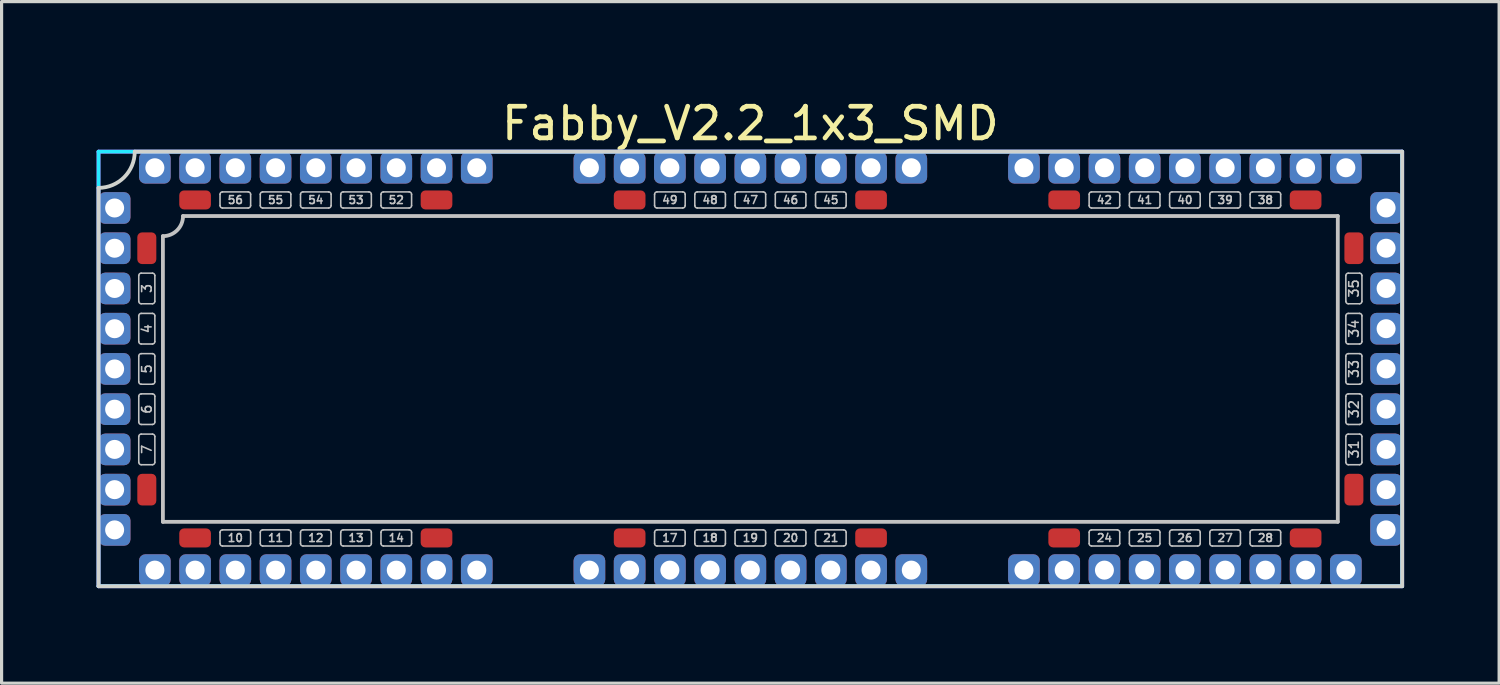
<source format=kicad_pcb>
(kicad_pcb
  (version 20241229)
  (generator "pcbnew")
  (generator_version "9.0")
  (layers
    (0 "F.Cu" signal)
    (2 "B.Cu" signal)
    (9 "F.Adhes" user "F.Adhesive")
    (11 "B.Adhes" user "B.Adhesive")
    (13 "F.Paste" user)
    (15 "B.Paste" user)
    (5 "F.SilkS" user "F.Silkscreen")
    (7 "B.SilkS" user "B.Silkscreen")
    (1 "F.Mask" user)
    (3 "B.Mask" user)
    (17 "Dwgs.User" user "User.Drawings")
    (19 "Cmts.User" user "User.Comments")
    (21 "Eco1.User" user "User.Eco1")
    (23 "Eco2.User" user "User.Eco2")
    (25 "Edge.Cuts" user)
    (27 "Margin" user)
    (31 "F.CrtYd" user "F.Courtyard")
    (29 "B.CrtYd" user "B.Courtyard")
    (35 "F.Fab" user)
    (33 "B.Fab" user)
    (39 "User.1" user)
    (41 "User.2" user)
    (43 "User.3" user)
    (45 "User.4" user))
  (footprint "Fabby_V2.2_1x3_SMD"
    (layer "F.Cu")
    (at 20.634 8.595)
    (property "Reference" "Fabby_V2.2_1x3_SMD" (at 0 -7.747 0) (layer "F.SilkS") (effects (font (size 1 1) (thickness 0.15))))
    (attr through_hole)
    (fp_line (start -19.304 -2.134) (end -19.304 -2.946) (stroke (width 0.05) (type solid)) (layer "Dwgs.User"))
    (fp_line (start -19.304 -0.864) (end -19.304 -1.676) (stroke (width 0.05) (type solid)) (layer "Dwgs.User"))
    (fp_line (start -19.304 0.406) (end -19.304 -0.406) (stroke (width 0.05) (type solid)) (layer "Dwgs.User"))
    (fp_line (start -19.304 1.676) (end -19.304 0.864) (stroke (width 0.05) (type solid)) (layer "Dwgs.User"))
    (fp_line (start -19.304 2.946) (end -19.304 2.134) (stroke (width 0.05) (type solid)) (layer "Dwgs.User"))
    (fp_line (start -19.228 -3.023) (end -18.872 -3.023) (stroke (width 0.05) (type solid)) (layer "Dwgs.User"))
    (fp_line (start -19.228 -2.057) (end -18.872 -2.057) (stroke (width 0.05) (type solid)) (layer "Dwgs.User"))
    (fp_line (start -19.228 -1.753) (end -18.872 -1.753) (stroke (width 0.05) (type solid)) (layer "Dwgs.User"))
    (fp_line (start -19.228 -0.787) (end -18.872 -0.787) (stroke (width 0.05) (type solid)) (layer "Dwgs.User"))
    (fp_line (start -19.228 -0.483) (end -18.872 -0.483) (stroke (width 0.05) (type solid)) (layer "Dwgs.User"))
    (fp_line (start -19.228 0.483) (end -18.872 0.483) (stroke (width 0.05) (type solid)) (layer "Dwgs.User"))
    (fp_line (start -19.228 0.787) (end -18.872 0.787) (stroke (width 0.05) (type solid)) (layer "Dwgs.User"))
    (fp_line (start -19.228 1.753) (end -18.872 1.753) (stroke (width 0.05) (type solid)) (layer "Dwgs.User"))
    (fp_line (start -19.228 2.057) (end -18.872 2.057) (stroke (width 0.05) (type solid)) (layer "Dwgs.User"))
    (fp_line (start -19.228 3.023) (end -18.872 3.023) (stroke (width 0.05) (type solid)) (layer "Dwgs.User"))
    (fp_line (start -18.796 -2.134) (end -18.796 -2.946) (stroke (width 0.05) (type solid)) (layer "Dwgs.User"))
    (fp_line (start -18.796 -0.864) (end -18.796 -1.676) (stroke (width 0.05) (type solid)) (layer "Dwgs.User"))
    (fp_line (start -18.796 0.406) (end -18.796 -0.406) (stroke (width 0.05) (type solid)) (layer "Dwgs.User"))
    (fp_line (start -18.796 1.676) (end -18.796 0.864) (stroke (width 0.05) (type solid)) (layer "Dwgs.User"))
    (fp_line (start -18.796 2.946) (end -18.796 2.134) (stroke (width 0.05) (type solid)) (layer "Dwgs.User"))
    (fp_line (start -18.542 4.826) (end -18.542 -4.191) (stroke (width 0.12) (type solid)) (layer "Dwgs.User"))
    (fp_line (start -17.907 -4.826) (end 18.542 -4.826) (stroke (width 0.12) (type solid)) (layer "Dwgs.User"))
    (fp_line (start -16.739 -5.156) (end -16.739 -5.512) (stroke (width 0.05) (type solid)) (layer "Dwgs.User"))
    (fp_line (start -16.739 5.512) (end -16.739 5.156) (stroke (width 0.05) (type solid)) (layer "Dwgs.User"))
    (fp_line (start -15.85 -5.588) (end -16.662 -5.588) (stroke (width 0.05) (type solid)) (layer "Dwgs.User"))
    (fp_line (start -15.85 -5.08) (end -16.662 -5.08) (stroke (width 0.05) (type solid)) (layer "Dwgs.User"))
    (fp_line (start -15.85 5.08) (end -16.662 5.08) (stroke (width 0.05) (type solid)) (layer "Dwgs.User"))
    (fp_line (start -15.85 5.588) (end -16.662 5.588) (stroke (width 0.05) (type solid)) (layer "Dwgs.User"))
    (fp_line (start -15.773 -5.156) (end -15.773 -5.512) (stroke (width 0.05) (type solid)) (layer "Dwgs.User"))
    (fp_line (start -15.773 5.512) (end -15.773 5.156) (stroke (width 0.05) (type solid)) (layer "Dwgs.User"))
    (fp_line (start -15.469 -5.156) (end -15.469 -5.512) (stroke (width 0.05) (type solid)) (layer "Dwgs.User"))
    (fp_line (start -15.469 5.512) (end -15.469 5.156) (stroke (width 0.05) (type solid)) (layer "Dwgs.User"))
    (fp_line (start -14.58 -5.588) (end -15.392 -5.588) (stroke (width 0.05) (type solid)) (layer "Dwgs.User"))
    (fp_line (start -14.58 -5.08) (end -15.392 -5.08) (stroke (width 0.05) (type solid)) (layer "Dwgs.User"))
    (fp_line (start -14.58 5.08) (end -15.392 5.08) (stroke (width 0.05) (type solid)) (layer "Dwgs.User"))
    (fp_line (start -14.58 5.588) (end -15.392 5.588) (stroke (width 0.05) (type solid)) (layer "Dwgs.User"))
    (fp_line (start -14.503 -5.156) (end -14.503 -5.512) (stroke (width 0.05) (type solid)) (layer "Dwgs.User"))
    (fp_line (start -14.503 5.512) (end -14.503 5.156) (stroke (width 0.05) (type solid)) (layer "Dwgs.User"))
    (fp_line (start -14.199 -5.156) (end -14.199 -5.512) (stroke (width 0.05) (type solid)) (layer "Dwgs.User"))
    (fp_line (start -14.199 5.512) (end -14.199 5.156) (stroke (width 0.05) (type solid)) (layer "Dwgs.User"))
    (fp_line (start -13.31 -5.588) (end -14.122 -5.588) (stroke (width 0.05) (type solid)) (layer "Dwgs.User"))
    (fp_line (start -13.31 -5.08) (end -14.122 -5.08) (stroke (width 0.05) (type solid)) (layer "Dwgs.User"))
    (fp_line (start -13.31 5.08) (end -14.122 5.08) (stroke (width 0.05) (type solid)) (layer "Dwgs.User"))
    (fp_line (start -13.31 5.588) (end -14.122 5.588) (stroke (width 0.05) (type solid)) (layer "Dwgs.User"))
    (fp_line (start -13.233 -5.156) (end -13.233 -5.512) (stroke (width 0.05) (type solid)) (layer "Dwgs.User"))
    (fp_line (start -13.233 5.512) (end -13.233 5.156) (stroke (width 0.05) (type solid)) (layer "Dwgs.User"))
    (fp_line (start -12.929 -5.156) (end -12.929 -5.512) (stroke (width 0.05) (type solid)) (layer "Dwgs.User"))
    (fp_line (start -12.929 5.512) (end -12.929 5.156) (stroke (width 0.05) (type solid)) (layer "Dwgs.User"))
    (fp_line (start -12.04 -5.588) (end -12.852 -5.588) (stroke (width 0.05) (type solid)) (layer "Dwgs.User"))
    (fp_line (start -12.04 -5.08) (end -12.852 -5.08) (stroke (width 0.05) (type solid)) (layer "Dwgs.User"))
    (fp_line (start -12.04 5.08) (end -12.852 5.08) (stroke (width 0.05) (type solid)) (layer "Dwgs.User"))
    (fp_line (start -12.04 5.588) (end -12.852 5.588) (stroke (width 0.05) (type solid)) (layer "Dwgs.User"))
    (fp_line (start -11.963 -5.156) (end -11.963 -5.512) (stroke (width 0.05) (type solid)) (layer "Dwgs.User"))
    (fp_line (start -11.963 5.512) (end -11.963 5.156) (stroke (width 0.05) (type solid)) (layer "Dwgs.User"))
    (fp_line (start -11.659 -5.156) (end -11.659 -5.512) (stroke (width 0.05) (type solid)) (layer "Dwgs.User"))
    (fp_line (start -11.659 5.512) (end -11.659 5.156) (stroke (width 0.05) (type solid)) (layer "Dwgs.User"))
    (fp_line (start -10.77 -5.588) (end -11.582 -5.588) (stroke (width 0.05) (type solid)) (layer "Dwgs.User"))
    (fp_line (start -10.77 -5.08) (end -11.582 -5.08) (stroke (width 0.05) (type solid)) (layer "Dwgs.User"))
    (fp_line (start -10.77 5.08) (end -11.582 5.08) (stroke (width 0.05) (type solid)) (layer "Dwgs.User"))
    (fp_line (start -10.77 5.588) (end -11.582 5.588) (stroke (width 0.05) (type solid)) (layer "Dwgs.User"))
    (fp_line (start -10.693 -5.156) (end -10.693 -5.512) (stroke (width 0.05) (type solid)) (layer "Dwgs.User"))
    (fp_line (start -10.693 5.512) (end -10.693 5.156) (stroke (width 0.05) (type solid)) (layer "Dwgs.User"))
    (fp_line (start -3.023 -5.156) (end -3.023 -5.512) (stroke (width 0.05) (type solid)) (layer "Dwgs.User"))
    (fp_line (start -3.023 5.512) (end -3.023 5.156) (stroke (width 0.05) (type solid)) (layer "Dwgs.User"))
    (fp_line (start -2.134 -5.588) (end -2.946 -5.588) (stroke (width 0.05) (type solid)) (layer "Dwgs.User"))
    (fp_line (start -2.134 -5.08) (end -2.946 -5.08) (stroke (width 0.05) (type solid)) (layer "Dwgs.User"))
    (fp_line (start -2.134 5.08) (end -2.946 5.08) (stroke (width 0.05) (type solid)) (layer "Dwgs.User"))
    (fp_line (start -2.134 5.588) (end -2.946 5.588) (stroke (width 0.05) (type solid)) (layer "Dwgs.User"))
    (fp_line (start -2.057 -5.156) (end -2.057 -5.512) (stroke (width 0.05) (type solid)) (layer "Dwgs.User"))
    (fp_line (start -2.057 5.512) (end -2.057 5.156) (stroke (width 0.05) (type solid)) (layer "Dwgs.User"))
    (fp_line (start -1.753 -5.156) (end -1.753 -5.512) (stroke (width 0.05) (type solid)) (layer "Dwgs.User"))
    (fp_line (start -1.753 5.512) (end -1.753 5.156) (stroke (width 0.05) (type solid)) (layer "Dwgs.User"))
    (fp_line (start -0.864 -5.588) (end -1.676 -5.588) (stroke (width 0.05) (type solid)) (layer "Dwgs.User"))
    (fp_line (start -0.864 -5.08) (end -1.676 -5.08) (stroke (width 0.05) (type solid)) (layer "Dwgs.User"))
    (fp_line (start -0.864 5.08) (end -1.676 5.08) (stroke (width 0.05) (type solid)) (layer "Dwgs.User"))
    (fp_line (start -0.864 5.588) (end -1.676 5.588) (stroke (width 0.05) (type solid)) (layer "Dwgs.User"))
    (fp_line (start -0.787 -5.156) (end -0.787 -5.512) (stroke (width 0.05) (type solid)) (layer "Dwgs.User"))
    (fp_line (start -0.787 5.512) (end -0.787 5.156) (stroke (width 0.05) (type solid)) (layer "Dwgs.User"))
    (fp_line (start -0.483 -5.156) (end -0.483 -5.512) (stroke (width 0.05) (type solid)) (layer "Dwgs.User"))
    (fp_line (start -0.483 5.512) (end -0.483 5.156) (stroke (width 0.05) (type solid)) (layer "Dwgs.User"))
    (fp_line (start 0.406 -5.588) (end -0.406 -5.588) (stroke (width 0.05) (type solid)) (layer "Dwgs.User"))
    (fp_line (start 0.406 -5.08) (end -0.406 -5.08) (stroke (width 0.05) (type solid)) (layer "Dwgs.User"))
    (fp_line (start 0.406 5.08) (end -0.406 5.08) (stroke (width 0.05) (type solid)) (layer "Dwgs.User"))
    (fp_line (start 0.406 5.588) (end -0.406 5.588) (stroke (width 0.05) (type solid)) (layer "Dwgs.User"))
    (fp_line (start 0.483 -5.156) (end 0.483 -5.512) (stroke (width 0.05) (type solid)) (layer "Dwgs.User"))
    (fp_line (start 0.483 5.512) (end 0.483 5.156) (stroke (width 0.05) (type solid)) (layer "Dwgs.User"))
    (fp_line (start 0.787 -5.156) (end 0.787 -5.512) (stroke (width 0.05) (type solid)) (layer "Dwgs.User"))
    (fp_line (start 0.787 5.512) (end 0.787 5.156) (stroke (width 0.05) (type solid)) (layer "Dwgs.User"))
    (fp_line (start 1.676 -5.588) (end 0.864 -5.588) (stroke (width 0.05) (type solid)) (layer "Dwgs.User"))
    (fp_line (start 1.676 -5.08) (end 0.864 -5.08) (stroke (width 0.05) (type solid)) (layer "Dwgs.User"))
    (fp_line (start 1.676 5.08) (end 0.864 5.08) (stroke (width 0.05) (type solid)) (layer "Dwgs.User"))
    (fp_line (start 1.676 5.588) (end 0.864 5.588) (stroke (width 0.05) (type solid)) (layer "Dwgs.User"))
    (fp_line (start 1.753 -5.156) (end 1.753 -5.512) (stroke (width 0.05) (type solid)) (layer "Dwgs.User"))
    (fp_line (start 1.753 5.512) (end 1.753 5.156) (stroke (width 0.05) (type solid)) (layer "Dwgs.User"))
    (fp_line (start 2.057 -5.156) (end 2.057 -5.512) (stroke (width 0.05) (type solid)) (layer "Dwgs.User"))
    (fp_line (start 2.057 5.512) (end 2.057 5.156) (stroke (width 0.05) (type solid)) (layer "Dwgs.User"))
    (fp_line (start 2.946 -5.588) (end 2.134 -5.588) (stroke (width 0.05) (type solid)) (layer "Dwgs.User"))
    (fp_line (start 2.946 -5.08) (end 2.134 -5.08) (stroke (width 0.05) (type solid)) (layer "Dwgs.User"))
    (fp_line (start 2.946 5.08) (end 2.134 5.08) (stroke (width 0.05) (type solid)) (layer "Dwgs.User"))
    (fp_line (start 2.946 5.588) (end 2.134 5.588) (stroke (width 0.05) (type solid)) (layer "Dwgs.User"))
    (fp_line (start 3.023 -5.156) (end 3.023 -5.512) (stroke (width 0.05) (type solid)) (layer "Dwgs.User"))
    (fp_line (start 3.023 5.512) (end 3.023 5.156) (stroke (width 0.05) (type solid)) (layer "Dwgs.User"))
    (fp_line (start 10.693 -5.512) (end 10.693 -5.156) (stroke (width 0.05) (type solid)) (layer "Dwgs.User"))
    (fp_line (start 10.693 5.156) (end 10.693 5.512) (stroke (width 0.05) (type solid)) (layer "Dwgs.User"))
    (fp_line (start 10.77 -5.588) (end 11.582 -5.588) (stroke (width 0.05) (type solid)) (layer "Dwgs.User"))
    (fp_line (start 10.77 -5.08) (end 11.582 -5.08) (stroke (width 0.05) (type solid)) (layer "Dwgs.User"))
    (fp_line (start 10.77 5.08) (end 11.582 5.08) (stroke (width 0.05) (type solid)) (layer "Dwgs.User"))
    (fp_line (start 10.77 5.588) (end 11.582 5.588) (stroke (width 0.05) (type solid)) (layer "Dwgs.User"))
    (fp_line (start 11.659 -5.512) (end 11.659 -5.156) (stroke (width 0.05) (type solid)) (layer "Dwgs.User"))
    (fp_line (start 11.659 5.156) (end 11.659 5.512) (stroke (width 0.05) (type solid)) (layer "Dwgs.User"))
    (fp_line (start 11.963 -5.512) (end 11.963 -5.156) (stroke (width 0.05) (type solid)) (layer "Dwgs.User"))
    (fp_line (start 11.963 5.156) (end 11.963 5.512) (stroke (width 0.05) (type solid)) (layer "Dwgs.User"))
    (fp_line (start 12.04 -5.588) (end 12.852 -5.588) (stroke (width 0.05) (type solid)) (layer "Dwgs.User"))
    (fp_line (start 12.04 -5.08) (end 12.852 -5.08) (stroke (width 0.05) (type solid)) (layer "Dwgs.User"))
    (fp_line (start 12.04 5.08) (end 12.852 5.08) (stroke (width 0.05) (type solid)) (layer "Dwgs.User"))
    (fp_line (start 12.04 5.588) (end 12.852 5.588) (stroke (width 0.05) (type solid)) (layer "Dwgs.User"))
    (fp_line (start 12.929 -5.512) (end 12.929 -5.156) (stroke (width 0.05) (type solid)) (layer "Dwgs.User"))
    (fp_line (start 12.929 5.156) (end 12.929 5.512) (stroke (width 0.05) (type solid)) (layer "Dwgs.User"))
    (fp_line (start 13.233 -5.512) (end 13.233 -5.156) (stroke (width 0.05) (type solid)) (layer "Dwgs.User"))
    (fp_line (start 13.233 5.156) (end 13.233 5.512) (stroke (width 0.05) (type solid)) (layer "Dwgs.User"))
    (fp_line (start 13.31 -5.588) (end 14.122 -5.588) (stroke (width 0.05) (type solid)) (layer "Dwgs.User"))
    (fp_line (start 13.31 -5.08) (end 14.122 -5.08) (stroke (width 0.05) (type solid)) (layer "Dwgs.User"))
    (fp_line (start 13.31 5.08) (end 14.122 5.08) (stroke (width 0.05) (type solid)) (layer "Dwgs.User"))
    (fp_line (start 13.31 5.588) (end 14.122 5.588) (stroke (width 0.05) (type solid)) (layer "Dwgs.User"))
    (fp_line (start 14.199 -5.512) (end 14.199 -5.156) (stroke (width 0.05) (type solid)) (layer "Dwgs.User"))
    (fp_line (start 14.199 5.156) (end 14.199 5.512) (stroke (width 0.05) (type solid)) (layer "Dwgs.User"))
    (fp_line (start 14.503 -5.512) (end 14.503 -5.156) (stroke (width 0.05) (type solid)) (layer "Dwgs.User"))
    (fp_line (start 14.503 5.156) (end 14.503 5.512) (stroke (width 0.05) (type solid)) (layer "Dwgs.User"))
    (fp_line (start 14.58 -5.588) (end 15.392 -5.588) (stroke (width 0.05) (type solid)) (layer "Dwgs.User"))
    (fp_line (start 14.58 -5.08) (end 15.392 -5.08) (stroke (width 0.05) (type solid)) (layer "Dwgs.User"))
    (fp_line (start 14.58 5.08) (end 15.392 5.08) (stroke (width 0.05) (type solid)) (layer "Dwgs.User"))
    (fp_line (start 14.58 5.588) (end 15.392 5.588) (stroke (width 0.05) (type solid)) (layer "Dwgs.User"))
    (fp_line (start 15.469 -5.512) (end 15.469 -5.156) (stroke (width 0.05) (type solid)) (layer "Dwgs.User"))
    (fp_line (start 15.469 5.156) (end 15.469 5.512) (stroke (width 0.05) (type solid)) (layer "Dwgs.User"))
    (fp_line (start 15.773 -5.512) (end 15.773 -5.156) (stroke (width 0.05) (type solid)) (layer "Dwgs.User"))
    (fp_line (start 15.773 5.156) (end 15.773 5.512) (stroke (width 0.05) (type solid)) (layer "Dwgs.User"))
    (fp_line (start 15.85 -5.588) (end 16.662 -5.588) (stroke (width 0.05) (type solid)) (layer "Dwgs.User"))
    (fp_line (start 15.85 -5.08) (end 16.662 -5.08) (stroke (width 0.05) (type solid)) (layer "Dwgs.User"))
    (fp_line (start 15.85 5.08) (end 16.662 5.08) (stroke (width 0.05) (type solid)) (layer "Dwgs.User"))
    (fp_line (start 15.85 5.588) (end 16.662 5.588) (stroke (width 0.05) (type solid)) (layer "Dwgs.User"))
    (fp_line (start 16.739 -5.512) (end 16.739 -5.156) (stroke (width 0.05) (type solid)) (layer "Dwgs.User"))
    (fp_line (start 16.739 5.156) (end 16.739 5.512) (stroke (width 0.05) (type solid)) (layer "Dwgs.User"))
    (fp_line (start 18.542 -4.826) (end 18.542 4.826) (stroke (width 0.12) (type solid)) (layer "Dwgs.User"))
    (fp_line (start 18.542 4.826) (end -18.542 4.826) (stroke (width 0.12) (type solid)) (layer "Dwgs.User"))
    (fp_line (start 18.796 -2.946) (end 18.796 -2.134) (stroke (width 0.05) (type solid)) (layer "Dwgs.User"))
    (fp_line (start 18.796 -1.676) (end 18.796 -0.864) (stroke (width 0.05) (type solid)) (layer "Dwgs.User"))
    (fp_line (start 18.796 -0.406) (end 18.796 0.406) (stroke (width 0.05) (type solid)) (layer "Dwgs.User"))
    (fp_line (start 18.796 0.864) (end 18.796 1.676) (stroke (width 0.05) (type solid)) (layer "Dwgs.User"))
    (fp_line (start 18.796 2.134) (end 18.796 2.946) (stroke (width 0.05) (type solid)) (layer "Dwgs.User"))
    (fp_line (start 19.228 -3.023) (end 18.872 -3.023) (stroke (width 0.05) (type solid)) (layer "Dwgs.User"))
    (fp_line (start 19.228 -2.057) (end 18.872 -2.057) (stroke (width 0.05) (type solid)) (layer "Dwgs.User"))
    (fp_line (start 19.228 -1.753) (end 18.872 -1.753) (stroke (width 0.05) (type solid)) (layer "Dwgs.User"))
    (fp_line (start 19.228 -0.787) (end 18.872 -0.787) (stroke (width 0.05) (type solid)) (layer "Dwgs.User"))
    (fp_line (start 19.228 -0.483) (end 18.872 -0.483) (stroke (width 0.05) (type solid)) (layer "Dwgs.User"))
    (fp_line (start 19.228 0.483) (end 18.872 0.483) (stroke (width 0.05) (type solid)) (layer "Dwgs.User"))
    (fp_line (start 19.228 0.787) (end 18.872 0.787) (stroke (width 0.05) (type solid)) (layer "Dwgs.User"))
    (fp_line (start 19.228 1.753) (end 18.872 1.753) (stroke (width 0.05) (type solid)) (layer "Dwgs.User"))
    (fp_line (start 19.228 2.057) (end 18.872 2.057) (stroke (width 0.05) (type solid)) (layer "Dwgs.User"))
    (fp_line (start 19.228 3.023) (end 18.872 3.023) (stroke (width 0.05) (type solid)) (layer "Dwgs.User"))
    (fp_line (start 19.304 -2.946) (end 19.304 -2.134) (stroke (width 0.05) (type solid)) (layer "Dwgs.User"))
    (fp_line (start 19.304 -1.676) (end 19.304 -0.864) (stroke (width 0.05) (type solid)) (layer "Dwgs.User"))
    (fp_line (start 19.304 -0.406) (end 19.304 0.406) (stroke (width 0.05) (type solid)) (layer "Dwgs.User"))
    (fp_line (start 19.304 0.864) (end 19.304 1.676) (stroke (width 0.05) (type solid)) (layer "Dwgs.User"))
    (fp_line (start 19.304 2.134) (end 19.304 2.946) (stroke (width 0.05) (type solid)) (layer "Dwgs.User"))
    (fp_arc (start -19.304 -2.9464) (mid -19.281682 -3.000282) (end -19.2278 -3.0226) (stroke (width 0.05) (type solid)) (layer "Dwgs.User"))
    (fp_arc (start -19.304 -1.6764) (mid -19.281682 -1.730282) (end -19.2278 -1.7526) (stroke (width 0.05) (type solid)) (layer "Dwgs.User"))
    (fp_arc (start -19.304 -0.4064) (mid -19.281682 -0.460282) (end -19.2278 -0.4826) (stroke (width 0.05) (type solid)) (layer "Dwgs.User"))
    (fp_arc (start -19.304 0.8636) (mid -19.281682 0.809718) (end -19.2278 0.7874) (stroke (width 0.05) (type solid)) (layer "Dwgs.User"))
    (fp_arc (start -19.304 2.1336) (mid -19.281682 2.079718) (end -19.2278 2.0574) (stroke (width 0.05) (type solid)) (layer "Dwgs.User"))
    (fp_arc (start -19.2278 -2.0574) (mid -19.281682 -2.079718) (end -19.304 -2.1336) (stroke (width 0.05) (type solid)) (layer "Dwgs.User"))
    (fp_arc (start -19.2278 -0.7874) (mid -19.281682 -0.809718) (end -19.304 -0.8636) (stroke (width 0.05) (type solid)) (layer "Dwgs.User"))
    (fp_arc (start -19.2278 0.4826) (mid -19.281682 0.460282) (end -19.304 0.4064) (stroke (width 0.05) (type solid)) (layer "Dwgs.User"))
    (fp_arc (start -19.2278 1.7526) (mid -19.281682 1.730282) (end -19.304 1.6764) (stroke (width 0.05) (type solid)) (layer "Dwgs.User"))
    (fp_arc (start -19.2278 3.0226) (mid -19.281682 3.000282) (end -19.304 2.9464) (stroke (width 0.05) (type solid)) (layer "Dwgs.User"))
    (fp_arc (start -18.8722 -3.0226) (mid -18.818318 -3.000282) (end -18.796 -2.9464) (stroke (width 0.05) (type solid)) (layer "Dwgs.User"))
    (fp_arc (start -18.8722 -1.7526) (mid -18.818318 -1.730282) (end -18.796 -1.6764) (stroke (width 0.05) (type solid)) (layer "Dwgs.User"))
    (fp_arc (start -18.8722 -0.4826) (mid -18.818318 -0.460282) (end -18.796 -0.4064) (stroke (width 0.05) (type solid)) (layer "Dwgs.User"))
    (fp_arc (start -18.8722 0.7874) (mid -18.818318 0.809718) (end -18.796 0.8636) (stroke (width 0.05) (type solid)) (layer "Dwgs.User"))
    (fp_arc (start -18.8722 2.0574) (mid -18.818318 2.079718) (end -18.796 2.1336) (stroke (width 0.05) (type solid)) (layer "Dwgs.User"))
    (fp_arc (start -18.796 -2.1336) (mid -18.818318 -2.079718) (end -18.8722 -2.0574) (stroke (width 0.05) (type solid)) (layer "Dwgs.User"))
    (fp_arc (start -18.796 -0.8636) (mid -18.818318 -0.809718) (end -18.8722 -0.7874) (stroke (width 0.05) (type solid)) (layer "Dwgs.User"))
    (fp_arc (start -18.796 0.4064) (mid -18.818318 0.460282) (end -18.8722 0.4826) (stroke (width 0.05) (type solid)) (layer "Dwgs.User"))
    (fp_arc (start -18.796 1.6764) (mid -18.818318 1.730282) (end -18.8722 1.7526) (stroke (width 0.05) (type solid)) (layer "Dwgs.User"))
    (fp_arc (start -18.796 2.9464) (mid -18.818318 3.000282) (end -18.8722 3.0226) (stroke (width 0.05) (type solid)) (layer "Dwgs.User"))
    (fp_arc (start -17.907 -4.826) (mid -18.092987 -4.376987) (end -18.542 -4.191) (stroke (width 0.12) (type solid)) (layer "Dwgs.User"))
    (fp_arc (start -16.7386 -5.5118) (mid -16.716282 -5.565682) (end -16.6624 -5.588) (stroke (width 0.05) (type solid)) (layer "Dwgs.User"))
    (fp_arc (start -16.7386 5.1562) (mid -16.716282 5.102318) (end -16.6624 5.08) (stroke (width 0.05) (type solid)) (layer "Dwgs.User"))
    (fp_arc (start -16.6624 -5.08) (mid -16.716282 -5.102318) (end -16.7386 -5.1562) (stroke (width 0.05) (type solid)) (layer "Dwgs.User"))
    (fp_arc (start -16.6624 5.588) (mid -16.716282 5.565682) (end -16.7386 5.5118) (stroke (width 0.05) (type solid)) (layer "Dwgs.User"))
    (fp_arc (start -15.8496 -5.588) (mid -15.795718 -5.565682) (end -15.7734 -5.5118) (stroke (width 0.05) (type solid)) (layer "Dwgs.User"))
    (fp_arc (start -15.8496 5.08) (mid -15.795718 5.102318) (end -15.7734 5.1562) (stroke (width 0.05) (type solid)) (layer "Dwgs.User"))
    (fp_arc (start -15.7734 -5.1562) (mid -15.795718 -5.102318) (end -15.8496 -5.08) (stroke (width 0.05) (type solid)) (layer "Dwgs.User"))
    (fp_arc (start -15.7734 5.5118) (mid -15.795718 5.565682) (end -15.8496 5.588) (stroke (width 0.05) (type solid)) (layer "Dwgs.User"))
    (fp_arc (start -15.4686 -5.5118) (mid -15.446282 -5.565682) (end -15.3924 -5.588) (stroke (width 0.05) (type solid)) (layer "Dwgs.User"))
    (fp_arc (start -15.4686 5.1562) (mid -15.446282 5.102318) (end -15.3924 5.08) (stroke (width 0.05) (type solid)) (layer "Dwgs.User"))
    (fp_arc (start -15.3924 -5.08) (mid -15.446282 -5.102318) (end -15.4686 -5.1562) (stroke (width 0.05) (type solid)) (layer "Dwgs.User"))
    (fp_arc (start -15.3924 5.588) (mid -15.446282 5.565682) (end -15.4686 5.5118) (stroke (width 0.05) (type solid)) (layer "Dwgs.User"))
    (fp_arc (start -14.5796 -5.588) (mid -14.525718 -5.565682) (end -14.5034 -5.5118) (stroke (width 0.05) (type solid)) (layer "Dwgs.User"))
    (fp_arc (start -14.5796 5.08) (mid -14.525718 5.102318) (end -14.5034 5.1562) (stroke (width 0.05) (type solid)) (layer "Dwgs.User"))
    (fp_arc (start -14.5034 -5.1562) (mid -14.525718 -5.102318) (end -14.5796 -5.08) (stroke (width 0.05) (type solid)) (layer "Dwgs.User"))
    (fp_arc (start -14.5034 5.5118) (mid -14.525718 5.565682) (end -14.5796 5.588) (stroke (width 0.05) (type solid)) (layer "Dwgs.User"))
    (fp_arc (start -14.1986 -5.5118) (mid -14.176282 -5.565682) (end -14.1224 -5.588) (stroke (width 0.05) (type solid)) (layer "Dwgs.User"))
    (fp_arc (start -14.1986 5.1562) (mid -14.176282 5.102318) (end -14.1224 5.08) (stroke (width 0.05) (type solid)) (layer "Dwgs.User"))
    (fp_arc (start -14.1224 -5.08) (mid -14.176282 -5.102318) (end -14.1986 -5.1562) (stroke (width 0.05) (type solid)) (layer "Dwgs.User"))
    (fp_arc (start -14.1224 5.588) (mid -14.176282 5.565682) (end -14.1986 5.5118) (stroke (width 0.05) (type solid)) (layer "Dwgs.User"))
    (fp_arc (start -13.3096 -5.588) (mid -13.255718 -5.565682) (end -13.2334 -5.5118) (stroke (width 0.05) (type solid)) (layer "Dwgs.User"))
    (fp_arc (start -13.3096 5.08) (mid -13.255718 5.102318) (end -13.2334 5.1562) (stroke (width 0.05) (type solid)) (layer "Dwgs.User"))
    (fp_arc (start -13.2334 -5.1562) (mid -13.255718 -5.102318) (end -13.3096 -5.08) (stroke (width 0.05) (type solid)) (layer "Dwgs.User"))
    (fp_arc (start -13.2334 5.5118) (mid -13.255718 5.565682) (end -13.3096 5.588) (stroke (width 0.05) (type solid)) (layer "Dwgs.User"))
    (fp_arc (start -12.9286 -5.5118) (mid -12.906282 -5.565682) (end -12.8524 -5.588) (stroke (width 0.05) (type solid)) (layer "Dwgs.User"))
    (fp_arc (start -12.9286 5.1562) (mid -12.906282 5.102318) (end -12.8524 5.08) (stroke (width 0.05) (type solid)) (layer "Dwgs.User"))
    (fp_arc (start -12.8524 -5.08) (mid -12.906282 -5.102318) (end -12.9286 -5.1562) (stroke (width 0.05) (type solid)) (layer "Dwgs.User"))
    (fp_arc (start -12.8524 5.588) (mid -12.906282 5.565682) (end -12.9286 5.5118) (stroke (width 0.05) (type solid)) (layer "Dwgs.User"))
    (fp_arc (start -12.0396 -5.588) (mid -11.985718 -5.565682) (end -11.9634 -5.5118) (stroke (width 0.05) (type solid)) (layer "Dwgs.User"))
    (fp_arc (start -12.0396 5.08) (mid -11.985718 5.102318) (end -11.9634 5.1562) (stroke (width 0.05) (type solid)) (layer "Dwgs.User"))
    (fp_arc (start -11.9634 -5.1562) (mid -11.985718 -5.102318) (end -12.0396 -5.08) (stroke (width 0.05) (type solid)) (layer "Dwgs.User"))
    (fp_arc (start -11.9634 5.5118) (mid -11.985718 5.565682) (end -12.0396 5.588) (stroke (width 0.05) (type solid)) (layer "Dwgs.User"))
    (fp_arc (start -11.6586 -5.5118) (mid -11.636282 -5.565682) (end -11.5824 -5.588) (stroke (width 0.05) (type solid)) (layer "Dwgs.User"))
    (fp_arc (start -11.6586 5.1562) (mid -11.636282 5.102318) (end -11.5824 5.08) (stroke (width 0.05) (type solid)) (layer "Dwgs.User"))
    (fp_arc (start -11.5824 -5.08) (mid -11.636282 -5.102318) (end -11.6586 -5.1562) (stroke (width 0.05) (type solid)) (layer "Dwgs.User"))
    (fp_arc (start -11.5824 5.588) (mid -11.636282 5.565682) (end -11.6586 5.5118) (stroke (width 0.05) (type solid)) (layer "Dwgs.User"))
    (fp_arc (start -10.7696 -5.588) (mid -10.715718 -5.565682) (end -10.6934 -5.5118) (stroke (width 0.05) (type solid)) (layer "Dwgs.User"))
    (fp_arc (start -10.7696 5.08) (mid -10.715718 5.102318) (end -10.6934 5.1562) (stroke (width 0.05) (type solid)) (layer "Dwgs.User"))
    (fp_arc (start -10.6934 -5.1562) (mid -10.715718 -5.102318) (end -10.7696 -5.08) (stroke (width 0.05) (type solid)) (layer "Dwgs.User"))
    (fp_arc (start -10.6934 5.5118) (mid -10.715718 5.565682) (end -10.7696 5.588) (stroke (width 0.05) (type solid)) (layer "Dwgs.User"))
    (fp_arc (start -3.0226 -5.5118) (mid -3.000282 -5.565682) (end -2.9464 -5.588) (stroke (width 0.05) (type solid)) (layer "Dwgs.User"))
    (fp_arc (start -3.0226 5.1562) (mid -3.000282 5.102318) (end -2.9464 5.08) (stroke (width 0.05) (type solid)) (layer "Dwgs.User"))
    (fp_arc (start -2.9464 -5.08) (mid -3.000282 -5.102318) (end -3.0226 -5.1562) (stroke (width 0.05) (type solid)) (layer "Dwgs.User"))
    (fp_arc (start -2.9464 5.588) (mid -3.000282 5.565682) (end -3.0226 5.5118) (stroke (width 0.05) (type solid)) (layer "Dwgs.User"))
    (fp_arc (start -2.1336 -5.588) (mid -2.079718 -5.565682) (end -2.0574 -5.5118) (stroke (width 0.05) (type solid)) (layer "Dwgs.User"))
    (fp_arc (start -2.1336 5.08) (mid -2.079718 5.102318) (end -2.0574 5.1562) (stroke (width 0.05) (type solid)) (layer "Dwgs.User"))
    (fp_arc (start -2.0574 -5.1562) (mid -2.079718 -5.102318) (end -2.1336 -5.08) (stroke (width 0.05) (type solid)) (layer "Dwgs.User"))
    (fp_arc (start -2.0574 5.5118) (mid -2.079718 5.565682) (end -2.1336 5.588) (stroke (width 0.05) (type solid)) (layer "Dwgs.User"))
    (fp_arc (start -1.7526 -5.5118) (mid -1.730282 -5.565682) (end -1.6764 -5.588) (stroke (width 0.05) (type solid)) (layer "Dwgs.User"))
    (fp_arc (start -1.7526 5.1562) (mid -1.730282 5.102318) (end -1.6764 5.08) (stroke (width 0.05) (type solid)) (layer "Dwgs.User"))
    (fp_arc (start -1.6764 -5.08) (mid -1.730282 -5.102318) (end -1.7526 -5.1562) (stroke (width 0.05) (type solid)) (layer "Dwgs.User"))
    (fp_arc (start -1.6764 5.588) (mid -1.730282 5.565682) (end -1.7526 5.5118) (stroke (width 0.05) (type solid)) (layer "Dwgs.User"))
    (fp_arc (start -0.8636 -5.588) (mid -0.809718 -5.565682) (end -0.7874 -5.5118) (stroke (width 0.05) (type solid)) (layer "Dwgs.User"))
    (fp_arc (start -0.8636 5.08) (mid -0.809718 5.102318) (end -0.7874 5.1562) (stroke (width 0.05) (type solid)) (layer "Dwgs.User"))
    (fp_arc (start -0.7874 -5.1562) (mid -0.809718 -5.102318) (end -0.8636 -5.08) (stroke (width 0.05) (type solid)) (layer "Dwgs.User"))
    (fp_arc (start -0.7874 5.5118) (mid -0.809718 5.565682) (end -0.8636 5.588) (stroke (width 0.05) (type solid)) (layer "Dwgs.User"))
    (fp_arc (start -0.4826 -5.5118) (mid -0.460282 -5.565682) (end -0.4064 -5.588) (stroke (width 0.05) (type solid)) (layer "Dwgs.User"))
    (fp_arc (start -0.4826 5.1562) (mid -0.460282 5.102318) (end -0.4064 5.08) (stroke (width 0.05) (type solid)) (layer "Dwgs.User"))
    (fp_arc (start -0.4064 -5.08) (mid -0.460282 -5.102318) (end -0.4826 -5.1562) (stroke (width 0.05) (type solid)) (layer "Dwgs.User"))
    (fp_arc (start -0.4064 5.588) (mid -0.460282 5.565682) (end -0.4826 5.5118) (stroke (width 0.05) (type solid)) (layer "Dwgs.User"))
    (fp_arc (start 0.4064 -5.588) (mid 0.460282 -5.565682) (end 0.4826 -5.5118) (stroke (width 0.05) (type solid)) (layer "Dwgs.User"))
    (fp_arc (start 0.4064 5.08) (mid 0.460282 5.102318) (end 0.4826 5.1562) (stroke (width 0.05) (type solid)) (layer "Dwgs.User"))
    (fp_arc (start 0.4826 -5.1562) (mid 0.460282 -5.102318) (end 0.4064 -5.08) (stroke (width 0.05) (type solid)) (layer "Dwgs.User"))
    (fp_arc (start 0.4826 5.5118) (mid 0.460282 5.565682) (end 0.4064 5.588) (stroke (width 0.05) (type solid)) (layer "Dwgs.User"))
    (fp_arc (start 0.7874 -5.5118) (mid 0.809718 -5.565682) (end 0.8636 -5.588) (stroke (width 0.05) (type solid)) (layer "Dwgs.User"))
    (fp_arc (start 0.7874 5.1562) (mid 0.809718 5.102318) (end 0.8636 5.08) (stroke (width 0.05) (type solid)) (layer "Dwgs.User"))
    (fp_arc (start 0.8636 -5.08) (mid 0.809718 -5.102318) (end 0.7874 -5.1562) (stroke (width 0.05) (type solid)) (layer "Dwgs.User"))
    (fp_arc (start 0.8636 5.588) (mid 0.809718 5.565682) (end 0.7874 5.5118) (stroke (width 0.05) (type solid)) (layer "Dwgs.User"))
    (fp_arc (start 1.6764 -5.588) (mid 1.730282 -5.565682) (end 1.7526 -5.5118) (stroke (width 0.05) (type solid)) (layer "Dwgs.User"))
    (fp_arc (start 1.6764 5.08) (mid 1.730282 5.102318) (end 1.7526 5.1562) (stroke (width 0.05) (type solid)) (layer "Dwgs.User"))
    (fp_arc (start 1.7526 -5.1562) (mid 1.730282 -5.102318) (end 1.6764 -5.08) (stroke (width 0.05) (type solid)) (layer "Dwgs.User"))
    (fp_arc (start 1.7526 5.5118) (mid 1.730282 5.565682) (end 1.6764 5.588) (stroke (width 0.05) (type solid)) (layer "Dwgs.User"))
    (fp_arc (start 2.0574 -5.5118) (mid 2.079718 -5.565682) (end 2.1336 -5.588) (stroke (width 0.05) (type solid)) (layer "Dwgs.User"))
    (fp_arc (start 2.0574 5.1562) (mid 2.079718 5.102318) (end 2.1336 5.08) (stroke (width 0.05) (type solid)) (layer "Dwgs.User"))
    (fp_arc (start 2.1336 -5.08) (mid 2.079718 -5.102318) (end 2.0574 -5.1562) (stroke (width 0.05) (type solid)) (layer "Dwgs.User"))
    (fp_arc (start 2.1336 5.588) (mid 2.079718 5.565682) (end 2.0574 5.5118) (stroke (width 0.05) (type solid)) (layer "Dwgs.User"))
    (fp_arc (start 2.9464 -5.588) (mid 3.000282 -5.565682) (end 3.0226 -5.5118) (stroke (width 0.05) (type solid)) (layer "Dwgs.User"))
    (fp_arc (start 2.9464 5.08) (mid 3.000282 5.102318) (end 3.0226 5.1562) (stroke (width 0.05) (type solid)) (layer "Dwgs.User"))
    (fp_arc (start 3.0226 -5.1562) (mid 3.000282 -5.102318) (end 2.9464 -5.08) (stroke (width 0.05) (type solid)) (layer "Dwgs.User"))
    (fp_arc (start 3.0226 5.5118) (mid 3.000282 5.565682) (end 2.9464 5.588) (stroke (width 0.05) (type solid)) (layer "Dwgs.User"))
    (fp_arc (start 10.6934 -5.5118) (mid 10.715718 -5.565682) (end 10.7696 -5.588) (stroke (width 0.05) (type solid)) (layer "Dwgs.User"))
    (fp_arc (start 10.6934 5.1562) (mid 10.715718 5.102318) (end 10.7696 5.08) (stroke (width 0.05) (type solid)) (layer "Dwgs.User"))
    (fp_arc (start 10.7696 -5.08) (mid 10.715718 -5.102318) (end 10.6934 -5.1562) (stroke (width 0.05) (type solid)) (layer "Dwgs.User"))
    (fp_arc (start 10.7696 5.588) (mid 10.715718 5.565682) (end 10.6934 5.5118) (stroke (width 0.05) (type solid)) (layer "Dwgs.User"))
    (fp_arc (start 11.5824 -5.588) (mid 11.636282 -5.565682) (end 11.6586 -5.5118) (stroke (width 0.05) (type solid)) (layer "Dwgs.User"))
    (fp_arc (start 11.5824 5.08) (mid 11.636282 5.102318) (end 11.6586 5.1562) (stroke (width 0.05) (type solid)) (layer "Dwgs.User"))
    (fp_arc (start 11.6586 -5.1562) (mid 11.636282 -5.102318) (end 11.5824 -5.08) (stroke (width 0.05) (type solid)) (layer "Dwgs.User"))
    (fp_arc (start 11.6586 5.5118) (mid 11.636282 5.565682) (end 11.5824 5.588) (stroke (width 0.05) (type solid)) (layer "Dwgs.User"))
    (fp_arc (start 11.9634 -5.5118) (mid 11.985718 -5.565682) (end 12.0396 -5.588) (stroke (width 0.05) (type solid)) (layer "Dwgs.User"))
    (fp_arc (start 11.9634 5.1562) (mid 11.985718 5.102318) (end 12.0396 5.08) (stroke (width 0.05) (type solid)) (layer "Dwgs.User"))
    (fp_arc (start 12.0396 -5.08) (mid 11.985718 -5.102318) (end 11.9634 -5.1562) (stroke (width 0.05) (type solid)) (layer "Dwgs.User"))
    (fp_arc (start 12.0396 5.588) (mid 11.985718 5.565682) (end 11.9634 5.5118) (stroke (width 0.05) (type solid)) (layer "Dwgs.User"))
    (fp_arc (start 12.8524 -5.588) (mid 12.906282 -5.565682) (end 12.9286 -5.5118) (stroke (width 0.05) (type solid)) (layer "Dwgs.User"))
    (fp_arc (start 12.8524 5.08) (mid 12.906282 5.102318) (end 12.9286 5.1562) (stroke (width 0.05) (type solid)) (layer "Dwgs.User"))
    (fp_arc (start 12.9286 -5.1562) (mid 12.906282 -5.102318) (end 12.8524 -5.08) (stroke (width 0.05) (type solid)) (layer "Dwgs.User"))
    (fp_arc (start 12.9286 5.5118) (mid 12.906282 5.565682) (end 12.8524 5.588) (stroke (width 0.05) (type solid)) (layer "Dwgs.User"))
    (fp_arc (start 13.2334 -5.5118) (mid 13.255718 -5.565682) (end 13.3096 -5.588) (stroke (width 0.05) (type solid)) (layer "Dwgs.User"))
    (fp_arc (start 13.2334 5.1562) (mid 13.255718 5.102318) (end 13.3096 5.08) (stroke (width 0.05) (type solid)) (layer "Dwgs.User"))
    (fp_arc (start 13.3096 -5.08) (mid 13.255718 -5.102318) (end 13.2334 -5.1562) (stroke (width 0.05) (type solid)) (layer "Dwgs.User"))
    (fp_arc (start 13.3096 5.588) (mid 13.255718 5.565682) (end 13.2334 5.5118) (stroke (width 0.05) (type solid)) (layer "Dwgs.User"))
    (fp_arc (start 14.1224 -5.588) (mid 14.176282 -5.565682) (end 14.1986 -5.5118) (stroke (width 0.05) (type solid)) (layer "Dwgs.User"))
    (fp_arc (start 14.1224 5.08) (mid 14.176282 5.102318) (end 14.1986 5.1562) (stroke (width 0.05) (type solid)) (layer "Dwgs.User"))
    (fp_arc (start 14.1986 -5.1562) (mid 14.176282 -5.102318) (end 14.1224 -5.08) (stroke (width 0.05) (type solid)) (layer "Dwgs.User"))
    (fp_arc (start 14.1986 5.5118) (mid 14.176282 5.565682) (end 14.1224 5.588) (stroke (width 0.05) (type solid)) (layer "Dwgs.User"))
    (fp_arc (start 14.5034 -5.5118) (mid 14.525718 -5.565682) (end 14.5796 -5.588) (stroke (width 0.05) (type solid)) (layer "Dwgs.User"))
    (fp_arc (start 14.5034 5.1562) (mid 14.525718 5.102318) (end 14.5796 5.08) (stroke (width 0.05) (type solid)) (layer "Dwgs.User"))
    (fp_arc (start 14.5796 -5.08) (mid 14.525718 -5.102318) (end 14.5034 -5.1562) (stroke (width 0.05) (type solid)) (layer "Dwgs.User"))
    (fp_arc (start 14.5796 5.588) (mid 14.525718 5.565682) (end 14.5034 5.5118) (stroke (width 0.05) (type solid)) (layer "Dwgs.User"))
    (fp_arc (start 15.3924 -5.588) (mid 15.446282 -5.565682) (end 15.4686 -5.5118) (stroke (width 0.05) (type solid)) (layer "Dwgs.User"))
    (fp_arc (start 15.3924 5.08) (mid 15.446282 5.102318) (end 15.4686 5.1562) (stroke (width 0.05) (type solid)) (layer "Dwgs.User"))
    (fp_arc (start 15.4686 -5.1562) (mid 15.446282 -5.102318) (end 15.3924 -5.08) (stroke (width 0.05) (type solid)) (layer "Dwgs.User"))
    (fp_arc (start 15.4686 5.5118) (mid 15.446282 5.565682) (end 15.3924 5.588) (stroke (width 0.05) (type solid)) (layer "Dwgs.User"))
    (fp_arc (start 15.7734 -5.5118) (mid 15.795718 -5.565682) (end 15.8496 -5.588) (stroke (width 0.05) (type solid)) (layer "Dwgs.User"))
    (fp_arc (start 15.7734 5.1562) (mid 15.795718 5.102318) (end 15.8496 5.08) (stroke (width 0.05) (type solid)) (layer "Dwgs.User"))
    (fp_arc (start 15.8496 -5.08) (mid 15.795718 -5.102318) (end 15.7734 -5.1562) (stroke (width 0.05) (type solid)) (layer "Dwgs.User"))
    (fp_arc (start 15.8496 5.588) (mid 15.795718 5.565682) (end 15.7734 5.5118) (stroke (width 0.05) (type solid)) (layer "Dwgs.User"))
    (fp_arc (start 16.6624 -5.588) (mid 16.716282 -5.565682) (end 16.7386 -5.5118) (stroke (width 0.05) (type solid)) (layer "Dwgs.User"))
    (fp_arc (start 16.6624 5.08) (mid 16.716282 5.102318) (end 16.7386 5.1562) (stroke (width 0.05) (type solid)) (layer "Dwgs.User"))
    (fp_arc (start 16.7386 -5.1562) (mid 16.716282 -5.102318) (end 16.6624 -5.08) (stroke (width 0.05) (type solid)) (layer "Dwgs.User"))
    (fp_arc (start 16.7386 5.5118) (mid 16.716282 5.565682) (end 16.6624 5.588) (stroke (width 0.05) (type solid)) (layer "Dwgs.User"))
    (fp_arc (start 18.796 -2.9464) (mid 18.818318 -3.000282) (end 18.8722 -3.0226) (stroke (width 0.05) (type solid)) (layer "Dwgs.User"))
    (fp_arc (start 18.796 -1.6764) (mid 18.818318 -1.730282) (end 18.8722 -1.7526) (stroke (width 0.05) (type solid)) (layer "Dwgs.User"))
    (fp_arc (start 18.796 -0.4064) (mid 18.818318 -0.460282) (end 18.8722 -0.4826) (stroke (width 0.05) (type solid)) (layer "Dwgs.User"))
    (fp_arc (start 18.796 0.8636) (mid 18.818318 0.809718) (end 18.8722 0.7874) (stroke (width 0.05) (type solid)) (layer "Dwgs.User"))
    (fp_arc (start 18.796 2.1336) (mid 18.818318 2.079718) (end 18.8722 2.0574) (stroke (width 0.05) (type solid)) (layer "Dwgs.User"))
    (fp_arc (start 18.8722 -2.0574) (mid 18.818318 -2.079718) (end 18.796 -2.1336) (stroke (width 0.05) (type solid)) (layer "Dwgs.User"))
    (fp_arc (start 18.8722 -0.7874) (mid 18.818318 -0.809718) (end 18.796 -0.8636) (stroke (width 0.05) (type solid)) (layer "Dwgs.User"))
    (fp_arc (start 18.8722 0.4826) (mid 18.818318 0.460282) (end 18.796 0.4064) (stroke (width 0.05) (type solid)) (layer "Dwgs.User"))
    (fp_arc (start 18.8722 1.7526) (mid 18.818318 1.730282) (end 18.796 1.6764) (stroke (width 0.05) (type solid)) (layer "Dwgs.User"))
    (fp_arc (start 18.8722 3.0226) (mid 18.818318 3.000282) (end 18.796 2.9464) (stroke (width 0.05) (type solid)) (layer "Dwgs.User"))
    (fp_arc (start 19.2278 -3.0226) (mid 19.281682 -3.000282) (end 19.304 -2.9464) (stroke (width 0.05) (type solid)) (layer "Dwgs.User"))
    (fp_arc (start 19.2278 -1.7526) (mid 19.281682 -1.730282) (end 19.304 -1.6764) (stroke (width 0.05) (type solid)) (layer "Dwgs.User"))
    (fp_arc (start 19.2278 -0.4826) (mid 19.281682 -0.460282) (end 19.304 -0.4064) (stroke (width 0.05) (type solid)) (layer "Dwgs.User"))
    (fp_arc (start 19.2278 0.7874) (mid 19.281682 0.809718) (end 19.304 0.8636) (stroke (width 0.05) (type solid)) (layer "Dwgs.User"))
    (fp_arc (start 19.2278 2.0574) (mid 19.281682 2.079718) (end 19.304 2.1336) (stroke (width 0.05) (type solid)) (layer "Dwgs.User"))
    (fp_arc (start 19.304 -2.1336) (mid 19.281682 -2.079718) (end 19.2278 -2.0574) (stroke (width 0.05) (type solid)) (layer "Dwgs.User"))
    (fp_arc (start 19.304 -0.8636) (mid 19.281682 -0.809718) (end 19.2278 -0.7874) (stroke (width 0.05) (type solid)) (layer "Dwgs.User"))
    (fp_arc (start 19.304 0.4064) (mid 19.281682 0.460282) (end 19.2278 0.4826) (stroke (width 0.05) (type solid)) (layer "Dwgs.User"))
    (fp_arc (start 19.304 1.6764) (mid 19.281682 1.730282) (end 19.2278 1.7526) (stroke (width 0.05) (type solid)) (layer "Dwgs.User"))
    (fp_arc (start 19.304 2.9464) (mid 19.281682 3.000282) (end 19.2278 3.0226) (stroke (width 0.05) (type solid)) (layer "Dwgs.User"))
    (fp_line (start -20.574 -5.715) (end -20.574 6.858) (stroke (width 0.12) (type solid)) (layer "Edge.Cuts"))
    (fp_line (start -20.574 6.858) (end 20.574 6.858) (stroke (width 0.12) (type solid)) (layer "Edge.Cuts"))
    (fp_line (start -19.431 -6.858) (end 20.574 -6.858) (stroke (width 0.12) (type solid)) (layer "Edge.Cuts"))
    (fp_line (start 20.574 6.858) (end 20.574 -6.858) (stroke (width 0.12) (type solid)) (layer "Edge.Cuts"))
    (fp_arc (start -19.431 -6.858) (mid -19.765777 -6.049777) (end -20.574 -5.715) (stroke (width 0.12) (type solid)) (layer "Edge.Cuts"))
    (fp_line (start -20.574 -6.858) (end 20.574 -6.858) (stroke (width 0.12) (type solid)) (layer "B.CrtYd"))
    (fp_line (start -20.574 6.858) (end -20.574 -6.858) (stroke (width 0.12) (type solid)) (layer "B.CrtYd"))
    (fp_line (start 20.574 -6.858) (end 20.574 6.858) (stroke (width 0.12) (type solid)) (layer "B.CrtYd"))
    (fp_line (start 20.574 6.858) (end -20.574 6.858) (stroke (width 0.12) (type solid)) (layer "B.CrtYd"))
    (fp_line (start -20.574 -6.858) (end 20.574 -6.858) (stroke (width 0.12) (type solid)) (layer "F.CrtYd"))
    (fp_line (start -20.574 6.858) (end -20.574 -6.858) (stroke (width 0.12) (type solid)) (layer "F.CrtYd"))
    (fp_line (start 20.574 -6.858) (end 20.574 6.858) (stroke (width 0.12) (type solid)) (layer "F.CrtYd"))
    (fp_line (start 20.574 6.858) (end -20.574 6.858) (stroke (width 0.12) (type solid)) (layer "F.CrtYd"))
    (fp_text user "17" (at -2.54 5.334 0) (layer "Dwgs.User") (effects (font (size 0.25 0.25) (thickness 0.05))))
    (fp_text user "32" (at 19.05 1.27 270) (layer "Dwgs.User") (effects (font (size 0.3 0.3) (thickness 0.05))))
    (fp_text user "45" (at 2.54 -5.334 0) (layer "Dwgs.User") (effects (font (size 0.25 0.25) (thickness 0.05))))
    (fp_text user "56" (at -16.256 -5.334 0) (layer "Dwgs.User") (effects (font (size 0.25 0.25) (thickness 0.05))))
    (fp_text user "49" (at -2.54 -5.334 0) (layer "Dwgs.User") (effects (font (size 0.25 0.25) (thickness 0.05))))
    (fp_text user "5" (at -19.05 0 90) (layer "Dwgs.User") (effects (font (size 0.3 0.3) (thickness 0.05))))
    (fp_text user "19" (at 0 5.334 0) (layer "Dwgs.User") (effects (font (size 0.25 0.25) (thickness 0.05))))
    (fp_text user "18" (at -1.27 5.334 0) (layer "Dwgs.User") (effects (font (size 0.25 0.25) (thickness 0.05))))
    (fp_text user "10" (at -16.256 5.334 0) (layer "Dwgs.User") (effects (font (size 0.25 0.25) (thickness 0.05))))
    (fp_text user "47" (at 0 -5.334 0) (layer "Dwgs.User") (effects (font (size 0.25 0.25) (thickness 0.05))))
    (fp_text user "54" (at -13.716 -5.334 0) (layer "Dwgs.User") (effects (font (size 0.25 0.25) (thickness 0.05))))
    (fp_text user "33" (at 19.05 0 270) (layer "Dwgs.User") (effects (font (size 0.3 0.3) (thickness 0.05))))
    (fp_text user "28" (at 16.256 5.334 180) (layer "Dwgs.User") (effects (font (size 0.25 0.25) (thickness 0.05))))
    (fp_text user "48" (at -1.27 -5.334 0) (layer "Dwgs.User") (effects (font (size 0.25 0.25) (thickness 0.05))))
    (fp_text user "20" (at 1.27 5.334 0) (layer "Dwgs.User") (effects (font (size 0.25 0.25) (thickness 0.05))))
    (fp_text user "40" (at 13.716 -5.334 180) (layer "Dwgs.User") (effects (font (size 0.25 0.25) (thickness 0.05))))
    (fp_text user "11" (at -14.986 5.334 0) (layer "Dwgs.User") (effects (font (size 0.25 0.25) (thickness 0.05))))
    (fp_text user "34" (at 19.05 -1.27 270) (layer "Dwgs.User") (effects (font (size 0.3 0.3) (thickness 0.05))))
    (fp_text user "42" (at 11.176 -5.334 180) (layer "Dwgs.User") (effects (font (size 0.25 0.25) (thickness 0.05))))
    (fp_text user "52" (at -11.176 -5.334 0) (layer "Dwgs.User") (effects (font (size 0.25 0.25) (thickness 0.05))))
    (fp_text user "38" (at 16.256 -5.334 180) (layer "Dwgs.User") (effects (font (size 0.25 0.25) (thickness 0.05))))
    (fp_text user "3" (at -19.05 -2.54 90) (layer "Dwgs.User") (effects (font (size 0.3 0.3) (thickness 0.05))))
    (fp_text user "41" (at 12.446 -5.334 180) (layer "Dwgs.User") (effects (font (size 0.25 0.25) (thickness 0.05))))
    (fp_text user "12" (at -13.716 5.334 0) (layer "Dwgs.User") (effects (font (size 0.25 0.25) (thickness 0.05))))
    (fp_text user "14" (at -11.176 5.334 0) (layer "Dwgs.User") (effects (font (size 0.25 0.25) (thickness 0.05))))
    (fp_text user "7" (at -19.05 2.54 90) (layer "Dwgs.User") (effects (font (size 0.3 0.3) (thickness 0.05))))
    (fp_text user "13" (at -12.446 5.334 0) (layer "Dwgs.User") (effects (font (size 0.25 0.25) (thickness 0.05))))
    (fp_text user "24" (at 11.176 5.334 180) (layer "Dwgs.User") (effects (font (size 0.25 0.25) (thickness 0.05))))
    (fp_text user "4" (at -19.05 -1.27 90) (layer "Dwgs.User") (effects (font (size 0.3 0.3) (thickness 0.05))))
    (fp_text user "6" (at -19.05 1.27 90) (layer "Dwgs.User") (effects (font (size 0.3 0.3) (thickness 0.05))))
    (fp_text user "26" (at 13.716 5.334 180) (layer "Dwgs.User") (effects (font (size 0.25 0.25) (thickness 0.05))))
    (fp_text user "25" (at 12.446 5.334 180) (layer "Dwgs.User") (effects (font (size 0.25 0.25) (thickness 0.05))))
    (fp_text user "31" (at 19.05 2.54 270) (layer "Dwgs.User") (effects (font (size 0.3 0.3) (thickness 0.05))))
    (fp_text user "39" (at 14.986 -5.334 180) (layer "Dwgs.User") (effects (font (size 0.25 0.25) (thickness 0.05))))
    (fp_text user "21" (at 2.54 5.334 0) (layer "Dwgs.User") (effects (font (size 0.25 0.25) (thickness 0.05))))
    (fp_text user "55" (at -14.986 -5.334 0) (layer "Dwgs.User") (effects (font (size 0.25 0.25) (thickness 0.05))))
    (fp_text user "27" (at 14.986 5.334 180) (layer "Dwgs.User") (effects (font (size 0.25 0.25) (thickness 0.05))))
    (fp_text user "35" (at 19.05 -2.54 270) (layer "Dwgs.User") (effects (font (size 0.3 0.3) (thickness 0.05))))
    (fp_text user "53" (at -12.446 -5.334 0) (layer "Dwgs.User") (effects (font (size 0.25 0.25) (thickness 0.05))))
    (fp_text user "46" (at 1.27 -5.334 0) (layer "Dwgs.User") (effects (font (size 0.25 0.25) (thickness 0.05))))
    (pad "" thru_hole roundrect (at -20.066 -3.81 270) (size 1 1) (drill 0.6) (layers "*.Cu" "*.Mask") (roundrect_rratio 0.2))
    (pad "" thru_hole roundrect (at -20.066 3.81 270) (size 1 1) (drill 0.6) (layers "*.Cu" "*.Mask") (roundrect_rratio 0.2))
    (pad "" thru_hole roundrect (at -17.526 -6.35 270) (size 1 1) (drill 0.6) (layers "*.Cu" "*.Mask") (roundrect_rratio 0.2))
    (pad "" thru_hole roundrect (at -17.526 6.35 270) (size 1 1) (drill 0.6) (layers "*.Cu" "*.Mask") (roundrect_rratio 0.2))
    (pad "" thru_hole roundrect (at -9.906 -6.35 270) (size 1 1) (drill 0.6) (layers "*.Cu" "*.Mask") (roundrect_rratio 0.2))
    (pad "" thru_hole roundrect (at -9.906 6.35 270) (size 1 1) (drill 0.6) (layers "*.Cu" "*.Mask") (roundrect_rratio 0.2))
    (pad "" thru_hole roundrect (at -3.81 -6.35 270) (size 1 1) (drill 0.6) (layers "*.Cu" "*.Mask") (roundrect_rratio 0.2))
    (pad "" thru_hole roundrect (at -3.81 6.35 270) (size 1 1) (drill 0.6) (layers "*.Cu" "*.Mask") (roundrect_rratio 0.2))
    (pad "" thru_hole roundrect (at 3.81 -6.35 270) (size 1 1) (drill 0.6) (layers "*.Cu" "*.Mask") (roundrect_rratio 0.2))
    (pad "" thru_hole roundrect (at 3.81 6.35 270) (size 1 1) (drill 0.6) (layers "*.Cu" "*.Mask") (roundrect_rratio 0.2))
    (pad "" thru_hole roundrect (at 9.906 -6.35 90) (size 1 1) (drill 0.6) (layers "*.Cu" "*.Mask") (roundrect_rratio 0.2))
    (pad "" thru_hole roundrect (at 9.906 6.35 90) (size 1 1) (drill 0.6) (layers "*.Cu" "*.Mask") (roundrect_rratio 0.2))
    (pad "" thru_hole roundrect (at 17.526 -6.35 90) (size 1 1) (drill 0.6) (layers "*.Cu" "*.Mask") (roundrect_rratio 0.2))
    (pad "" thru_hole roundrect (at 17.526 6.35 90) (size 1 1) (drill 0.6) (layers "*.Cu" "*.Mask") (roundrect_rratio 0.2))
    (pad "" thru_hole roundrect (at 20.066 -3.81 90) (size 1 1) (drill 0.6) (layers "*.Cu" "*.Mask") (roundrect_rratio 0.2))
    (pad "" thru_hole roundrect (at 20.066 3.81 90) (size 1 1) (drill 0.6) (layers "*.Cu" "*.Mask") (roundrect_rratio 0.2))
    (pad "1" thru_hole roundrect (at -20.066 -5.08 270) (size 1 1) (drill 0.6) (layers "*.Cu" "*.Mask") (roundrect_rratio 0.2))
    (pad "1" thru_hole roundrect (at -20.066 5.08 270) (size 1 1) (drill 0.6) (layers "*.Cu" "*.Mask") (roundrect_rratio 0.2))
    (pad "1" thru_hole roundrect (at -18.796 -6.35 270) (size 1 1) (drill 0.6) (layers "*.Cu" "*.Mask") (roundrect_rratio 0.2))
    (pad "1" thru_hole roundrect (at -18.796 6.35 270) (size 1 1) (drill 0.6) (layers "*.Cu" "*.Mask") (roundrect_rratio 0.2))
    (pad "1" thru_hole roundrect (at -8.636 -6.35 270) (size 1 1) (drill 0.6) (layers "*.Cu" "*.Mask") (roundrect_rratio 0.2))
    (pad "1" thru_hole roundrect (at -8.636 6.35 270) (size 1 1) (drill 0.6) (layers "*.Cu" "*.Mask") (roundrect_rratio 0.2))
    (pad "1" thru_hole roundrect (at -5.08 -6.35 270) (size 1 1) (drill 0.6) (layers "*.Cu" "*.Mask") (roundrect_rratio 0.2))
    (pad "1" thru_hole roundrect (at -5.08 6.35 270) (size 1 1) (drill 0.6) (layers "*.Cu" "*.Mask") (roundrect_rratio 0.2))
    (pad "1" thru_hole roundrect (at 5.08 -6.35 270) (size 1 1) (drill 0.6) (layers "*.Cu" "*.Mask") (roundrect_rratio 0.2))
    (pad "1" thru_hole roundrect (at 5.08 6.35 270) (size 1 1) (drill 0.6) (layers "*.Cu" "*.Mask") (roundrect_rratio 0.2))
    (pad "1" thru_hole roundrect (at 8.636 -6.35 90) (size 1 1) (drill 0.6) (layers "*.Cu" "*.Mask") (roundrect_rratio 0.2))
    (pad "1" thru_hole roundrect (at 8.636 6.35 90) (size 1 1) (drill 0.6) (layers "*.Cu" "*.Mask") (roundrect_rratio 0.2))
    (pad "1" thru_hole roundrect (at 18.796 -6.35 90) (size 1 1) (drill 0.6) (layers "*.Cu" "*.Mask") (roundrect_rratio 0.2))
    (pad "1" thru_hole roundrect (at 18.796 6.35 90) (size 1 1) (drill 0.6) (layers "*.Cu" "*.Mask") (roundrect_rratio 0.2))
    (pad "1" thru_hole roundrect (at 20.066 -5.08 90) (size 1 1) (drill 0.6) (layers "*.Cu" "*.Mask") (roundrect_rratio 0.2))
    (pad "1" thru_hole roundrect (at 20.066 5.08 90) (size 1 1) (drill 0.6) (layers "*.Cu" "*.Mask") (roundrect_rratio 0.2))
    (pad "2" smd roundrect (at -19.05 -3.81) (size 0.6 1) (layers "F.Cu" "F.Mask" "F.Paste") (roundrect_rratio 0.25))
    (pad "3" thru_hole roundrect (at -20.066 -2.54 270) (size 1 1) (drill 0.6) (layers "*.Cu" "*.Mask") (roundrect_rratio 0.2))
    (pad "4" thru_hole roundrect (at -20.066 -1.27 270) (size 1 1) (drill 0.6) (layers "*.Cu" "*.Mask") (roundrect_rratio 0.2))
    (pad "5" thru_hole roundrect (at -20.066 0 270) (size 1 1) (drill 0.6) (layers "*.Cu" "*.Mask") (roundrect_rratio 0.2))
    (pad "6" thru_hole roundrect (at -20.066 1.27 270) (size 1 1) (drill 0.6) (layers "*.Cu" "*.Mask") (roundrect_rratio 0.2))
    (pad "7" thru_hole roundrect (at -20.066 2.54 270) (size 1 1) (drill 0.6) (layers "*.Cu" "*.Mask") (roundrect_rratio 0.2))
    (pad "8" smd roundrect (at -19.05 3.81) (size 0.6 1) (layers "F.Cu" "F.Mask" "F.Paste") (roundrect_rratio 0.25))
    (pad "9" smd roundrect (at -17.526 5.334 90) (size 0.6 1) (layers "F.Cu" "F.Mask" "F.Paste") (roundrect_rratio 0.25))
    (pad "10" thru_hole roundrect (at -16.256 6.35 270) (size 1 1) (drill 0.6) (layers "*.Cu" "*.Mask") (roundrect_rratio 0.2))
    (pad "11" thru_hole roundrect (at -14.986 6.35 270) (size 1 1) (drill 0.6) (layers "*.Cu" "*.Mask") (roundrect_rratio 0.2))
    (pad "12" thru_hole roundrect (at -13.716 6.35 270) (size 1 1) (drill 0.6) (layers "*.Cu" "*.Mask") (roundrect_rratio 0.2))
    (pad "13" thru_hole roundrect (at -12.446 6.35 270) (size 1 1) (drill 0.6) (layers "*.Cu" "*.Mask") (roundrect_rratio 0.2))
    (pad "14" thru_hole roundrect (at -11.176 6.35 270) (size 1 1) (drill 0.6) (layers "*.Cu" "*.Mask") (roundrect_rratio 0.2))
    (pad "15" smd roundrect (at -9.906 5.334 90) (size 0.6 1) (layers "F.Cu" "F.Mask" "F.Paste") (roundrect_rratio 0.25))
    (pad "16" smd roundrect (at -3.81 5.334 90) (size 0.6 1) (layers "F.Cu" "F.Mask" "F.Paste") (roundrect_rratio 0.25))
    (pad "17" thru_hole roundrect (at -2.54 6.35 270) (size 1 1) (drill 0.6) (layers "*.Cu" "*.Mask") (roundrect_rratio 0.2))
    (pad "18" thru_hole roundrect (at -1.27 6.35 270) (size 1 1) (drill 0.6) (layers "*.Cu" "*.Mask") (roundrect_rratio 0.2))
    (pad "19" thru_hole roundrect (at 0 6.35 270) (size 1 1) (drill 0.6) (layers "*.Cu" "*.Mask") (roundrect_rratio 0.2))
    (pad "20" thru_hole roundrect (at 1.27 6.35 270) (size 1 1) (drill 0.6) (layers "*.Cu" "*.Mask") (roundrect_rratio 0.2))
    (pad "21" thru_hole roundrect (at 2.54 6.35 270) (size 1 1) (drill 0.6) (layers "*.Cu" "*.Mask") (roundrect_rratio 0.2))
    (pad "22" smd roundrect (at 3.81 5.334 90) (size 0.6 1) (layers "F.Cu" "F.Mask" "F.Paste") (roundrect_rratio 0.25))
    (pad "23" smd roundrect (at 9.906 5.334 90) (size 0.6 1) (layers "F.Cu" "F.Mask" "F.Paste") (roundrect_rratio 0.25))
    (pad "24" thru_hole roundrect (at 11.176 6.35 90) (size 1 1) (drill 0.6) (layers "*.Cu" "*.Mask") (roundrect_rratio 0.2))
    (pad "25" thru_hole roundrect (at 12.446 6.35 90) (size 1 1) (drill 0.6) (layers "*.Cu" "*.Mask") (roundrect_rratio 0.2))
    (pad "26" thru_hole roundrect (at 13.716 6.35 90) (size 1 1) (drill 0.6) (layers "*.Cu" "*.Mask") (roundrect_rratio 0.2))
    (pad "27" thru_hole roundrect (at 14.986 6.35 90) (size 1 1) (drill 0.6) (layers "*.Cu" "*.Mask") (roundrect_rratio 0.2))
    (pad "28" thru_hole roundrect (at 16.256 6.35 90) (size 1 1) (drill 0.6) (layers "*.Cu" "*.Mask") (roundrect_rratio 0.2))
    (pad "29" smd roundrect (at 17.526 5.334 90) (size 0.6 1) (layers "F.Cu" "F.Mask" "F.Paste") (roundrect_rratio 0.25))
    (pad "30" smd roundrect (at 19.05 3.81 180) (size 0.6 1) (layers "F.Cu" "F.Mask" "F.Paste") (roundrect_rratio 0.25))
    (pad "31" thru_hole roundrect (at 20.066 2.54 90) (size 1 1) (drill 0.6) (layers "*.Cu" "*.Mask") (roundrect_rratio 0.2))
    (pad "32" thru_hole roundrect (at 20.066 1.27 90) (size 1 1) (drill 0.6) (layers "*.Cu" "*.Mask") (roundrect_rratio 0.2))
    (pad "33" thru_hole roundrect (at 20.066 0 90) (size 1 1) (drill 0.6) (layers "*.Cu" "*.Mask") (roundrect_rratio 0.2))
    (pad "34" thru_hole roundrect (at 20.066 -1.27 90) (size 1 1) (drill 0.6) (layers "*.Cu" "*.Mask") (roundrect_rratio 0.2))
    (pad "35" thru_hole roundrect (at 20.066 -2.54 90) (size 1 1) (drill 0.6) (layers "*.Cu" "*.Mask") (roundrect_rratio 0.2))
    (pad "36" smd roundrect (at 19.05 -3.81 180) (size 0.6 1) (layers "F.Cu" "F.Mask" "F.Paste") (roundrect_rratio 0.25))
    (pad "37" smd roundrect (at 17.526 -5.334 270) (size 0.6 1) (layers "F.Cu" "F.Mask" "F.Paste") (roundrect_rratio 0.25))
    (pad "38" thru_hole roundrect (at 16.256 -6.35 90) (size 1 1) (drill 0.6) (layers "*.Cu" "*.Mask") (roundrect_rratio 0.2))
    (pad "39" thru_hole roundrect (at 14.986 -6.35 90) (size 1 1) (drill 0.6) (layers "*.Cu" "*.Mask") (roundrect_rratio 0.2))
    (pad "40" thru_hole roundrect (at 13.716 -6.35 90) (size 1 1) (drill 0.6) (layers "*.Cu" "*.Mask") (roundrect_rratio 0.2))
    (pad "41" thru_hole roundrect (at 12.446 -6.35 90) (size 1 1) (drill 0.6) (layers "*.Cu" "*.Mask") (roundrect_rratio 0.2))
    (pad "42" thru_hole roundrect (at 11.176 -6.35 90) (size 1 1) (drill 0.6) (layers "*.Cu" "*.Mask") (roundrect_rratio 0.2))
    (pad "43" smd roundrect (at 9.906 -5.334 270) (size 0.6 1) (layers "F.Cu" "F.Mask" "F.Paste") (roundrect_rratio 0.25))
    (pad "44" smd roundrect (at 3.81 -5.334 270) (size 0.6 1) (layers "F.Cu" "F.Mask" "F.Paste") (roundrect_rratio 0.25))
    (pad "45" thru_hole roundrect (at 2.54 -6.35 270) (size 1 1) (drill 0.6) (layers "*.Cu" "*.Mask") (roundrect_rratio 0.2))
    (pad "46" thru_hole roundrect (at 1.27 -6.35 270) (size 1 1) (drill 0.6) (layers "*.Cu" "*.Mask") (roundrect_rratio 0.2))
    (pad "47" thru_hole roundrect (at 0 -6.35 270) (size 1 1) (drill 0.6) (layers "*.Cu" "*.Mask") (roundrect_rratio 0.2))
    (pad "48" thru_hole roundrect (at -1.27 -6.35 270) (size 1 1) (drill 0.6) (layers "*.Cu" "*.Mask") (roundrect_rratio 0.2))
    (pad "49" thru_hole roundrect (at -2.54 -6.35 270) (size 1 1) (drill 0.6) (layers "*.Cu" "*.Mask") (roundrect_rratio 0.2))
    (pad "50" smd roundrect (at -3.81 -5.334 270) (size 0.6 1) (layers "F.Cu" "F.Mask" "F.Paste") (roundrect_rratio 0.25))
    (pad "51" smd roundrect (at -9.906 -5.334 270) (size 0.6 1) (layers "F.Cu" "F.Mask" "F.Paste") (roundrect_rratio 0.25))
    (pad "52" thru_hole roundrect (at -11.176 -6.35 270) (size 1 1) (drill 0.6) (layers "*.Cu" "*.Mask") (roundrect_rratio 0.2))
    (pad "53" thru_hole roundrect (at -12.446 -6.35 270) (size 1 1) (drill 0.6) (layers "*.Cu" "*.Mask") (roundrect_rratio 0.2))
    (pad "54" thru_hole roundrect (at -13.716 -6.35 270) (size 1 1) (drill 0.6) (layers "*.Cu" "*.Mask") (roundrect_rratio 0.2))
    (pad "55" thru_hole roundrect (at -14.986 -6.35 270) (size 1 1) (drill 0.6) (layers "*.Cu" "*.Mask") (roundrect_rratio 0.2))
    (pad "56" thru_hole roundrect (at -16.256 -6.35 270) (size 1 1) (drill 0.6) (layers "*.Cu" "*.Mask") (roundrect_rratio 0.2))
    (pad "57" smd roundrect (at -17.526 -5.334 270) (size 0.6 1) (layers "F.Cu" "F.Mask" "F.Paste") (roundrect_rratio 0.25)))
  (gr_rect
    (start -3 -3)
    (end 44.268 18.513)
    (stroke (width 0.1) (type default))
    (fill no)
    (layer "Edge.Cuts")))
</source>
